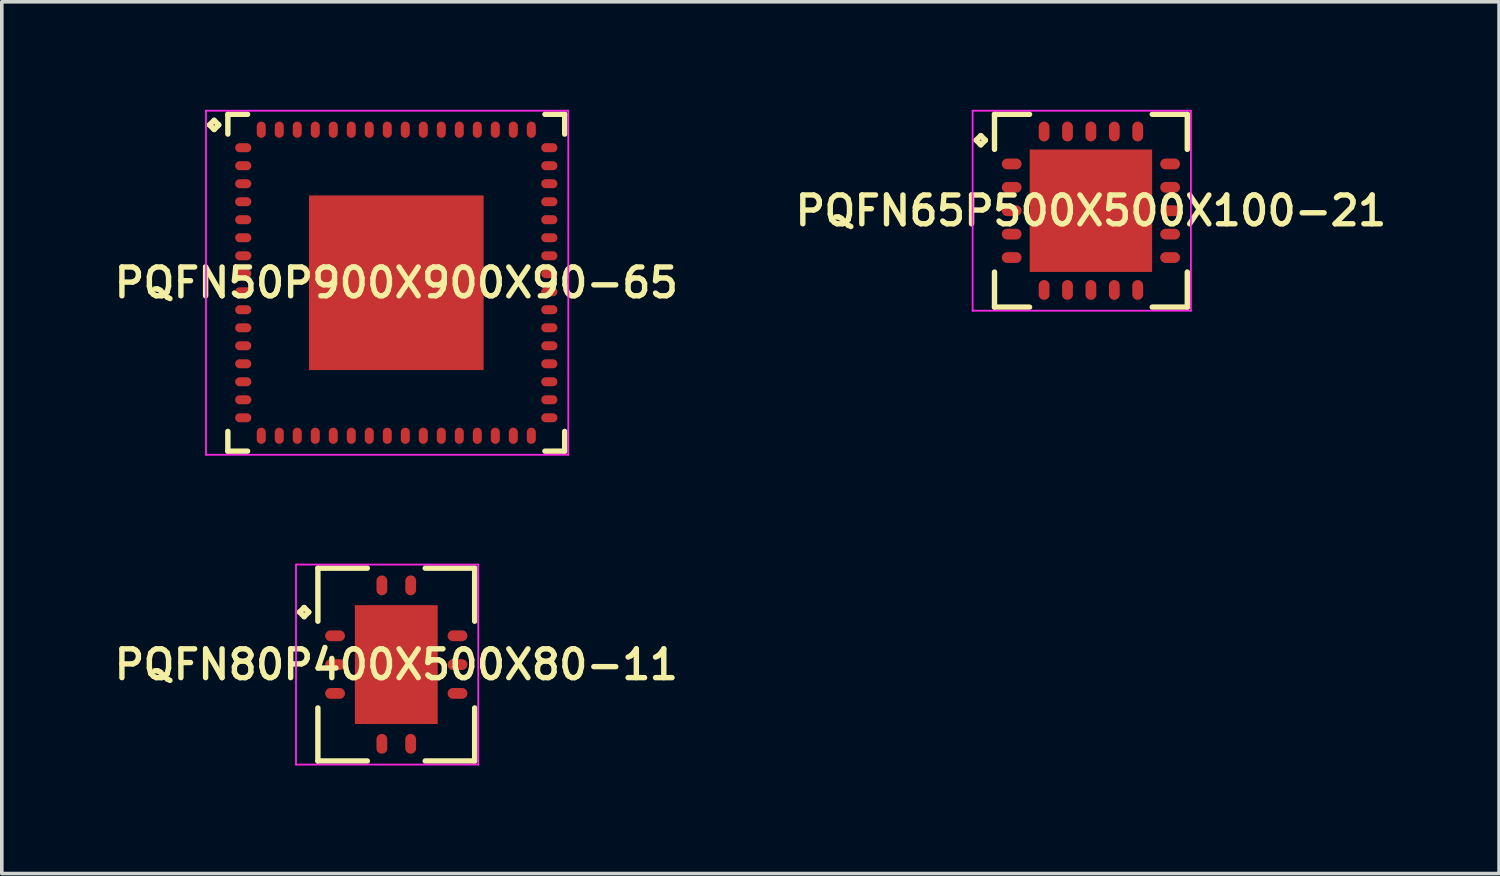
<source format=kicad_pcb>
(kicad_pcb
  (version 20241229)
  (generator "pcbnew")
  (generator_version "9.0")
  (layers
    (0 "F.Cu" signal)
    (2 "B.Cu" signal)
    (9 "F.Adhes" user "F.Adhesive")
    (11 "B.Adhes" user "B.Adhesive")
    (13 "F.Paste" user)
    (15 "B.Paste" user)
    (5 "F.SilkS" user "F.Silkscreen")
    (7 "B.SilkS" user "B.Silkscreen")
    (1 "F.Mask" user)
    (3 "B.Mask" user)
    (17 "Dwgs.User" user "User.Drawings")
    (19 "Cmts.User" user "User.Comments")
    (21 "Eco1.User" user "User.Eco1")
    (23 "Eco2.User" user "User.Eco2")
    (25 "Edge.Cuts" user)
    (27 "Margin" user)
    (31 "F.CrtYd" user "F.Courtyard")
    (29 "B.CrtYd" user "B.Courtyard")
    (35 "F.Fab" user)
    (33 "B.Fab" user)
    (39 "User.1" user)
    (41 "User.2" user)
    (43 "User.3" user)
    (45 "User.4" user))
  (footprint "PQFN50P900X900X90-65"
    (layer "F.Cu")
    (at 7.955 4.802)
    (property "Reference" "PQFN50P900X900X90-65" (at 0 0 0) (layer "F.SilkS") (effects (font (size 0.8 0.8) (thickness 0.15))))
    (attr smd)
    (fp_line (start -5.185 -4.383) (end -5.058 -4.51) (stroke (width 0.15) (type solid)) (layer "F.SilkS"))
    (fp_line (start -5.058 -4.51) (end -4.931 -4.383) (stroke (width 0.15) (type solid)) (layer "F.SilkS"))
    (fp_line (start -5.058 -4.256) (end -5.185 -4.383) (stroke (width 0.15) (type solid)) (layer "F.SilkS"))
    (fp_line (start -4.931 -4.383) (end -5.058 -4.256) (stroke (width 0.15) (type solid)) (layer "F.SilkS"))
    (fp_line (start -4.677 -4.677) (end -4.129 -4.677) (stroke (width 0.15) (type solid)) (layer "F.SilkS"))
    (fp_line (start -4.677 -4.129) (end -4.677 -4.677) (stroke (width 0.15) (type solid)) (layer "F.SilkS"))
    (fp_line (start -4.677 4.129) (end -4.677 4.677) (stroke (width 0.15) (type solid)) (layer "F.SilkS"))
    (fp_line (start -4.677 4.677) (end -4.129 4.677) (stroke (width 0.15) (type solid)) (layer "F.SilkS"))
    (fp_line (start 4.129 -4.677) (end 4.677 -4.677) (stroke (width 0.15) (type solid)) (layer "F.SilkS"))
    (fp_line (start 4.129 4.677) (end 4.677 4.677) (stroke (width 0.15) (type solid)) (layer "F.SilkS"))
    (fp_line (start 4.677 -4.677) (end 4.677 -4.129) (stroke (width 0.15) (type solid)) (layer "F.SilkS"))
    (fp_line (start 4.677 4.677) (end 4.677 4.129) (stroke (width 0.15) (type solid)) (layer "F.SilkS"))
    (fp_line (start -5.285 -4.777) (end 4.777 -4.777) (stroke (width 0.05) (type solid)) (layer "F.CrtYd"))
    (fp_line (start -5.285 4.777) (end -5.285 -4.777) (stroke (width 0.05) (type solid)) (layer "F.CrtYd"))
    (fp_line (start 4.777 -4.777) (end 4.777 4.777) (stroke (width 0.05) (type solid)) (layer "F.CrtYd"))
    (fp_line (start 4.777 4.777) (end -5.285 4.777) (stroke (width 0.05) (type solid)) (layer "F.CrtYd"))
    (pad "1" smd oval (at -4.25 -3.75) (size 0.45 0.25) (layers "F.Cu" "F.Mask" "F.Paste"))
    (pad "2" smd oval (at -4.25 -3.25) (size 0.45 0.25) (layers "F.Cu" "F.Mask" "F.Paste"))
    (pad "3" smd oval (at -4.25 -2.75) (size 0.45 0.25) (layers "F.Cu" "F.Mask" "F.Paste"))
    (pad "4" smd oval (at -4.25 -2.25) (size 0.45 0.25) (layers "F.Cu" "F.Mask" "F.Paste"))
    (pad "5" smd oval (at -4.25 -1.75) (size 0.45 0.25) (layers "F.Cu" "F.Mask" "F.Paste"))
    (pad "6" smd oval (at -4.25 -1.25) (size 0.45 0.25) (layers "F.Cu" "F.Mask" "F.Paste"))
    (pad "7" smd oval (at -4.25 -0.75) (size 0.45 0.25) (layers "F.Cu" "F.Mask" "F.Paste"))
    (pad "8" smd oval (at -4.25 -0.25) (size 0.45 0.25) (layers "F.Cu" "F.Mask" "F.Paste"))
    (pad "9" smd oval (at -4.25 0.25) (size 0.45 0.25) (layers "F.Cu" "F.Mask" "F.Paste"))
    (pad "10" smd oval (at -4.25 0.75) (size 0.45 0.25) (layers "F.Cu" "F.Mask" "F.Paste"))
    (pad "11" smd oval (at -4.25 1.25) (size 0.45 0.25) (layers "F.Cu" "F.Mask" "F.Paste"))
    (pad "12" smd oval (at -4.25 1.75) (size 0.45 0.25) (layers "F.Cu" "F.Mask" "F.Paste"))
    (pad "13" smd oval (at -4.25 2.25) (size 0.45 0.25) (layers "F.Cu" "F.Mask" "F.Paste"))
    (pad "14" smd oval (at -4.25 2.75) (size 0.45 0.25) (layers "F.Cu" "F.Mask" "F.Paste"))
    (pad "15" smd oval (at -4.25 3.25) (size 0.45 0.25) (layers "F.Cu" "F.Mask" "F.Paste"))
    (pad "16" smd oval (at -4.25 3.75) (size 0.45 0.25) (layers "F.Cu" "F.Mask" "F.Paste"))
    (pad "17" smd oval (at -3.75 4.25) (size 0.25 0.45) (layers "F.Cu" "F.Mask" "F.Paste"))
    (pad "18" smd oval (at -3.25 4.25) (size 0.25 0.45) (layers "F.Cu" "F.Mask" "F.Paste"))
    (pad "19" smd oval (at -2.75 4.25) (size 0.25 0.45) (layers "F.Cu" "F.Mask" "F.Paste"))
    (pad "20" smd oval (at -2.25 4.25) (size 0.25 0.45) (layers "F.Cu" "F.Mask" "F.Paste"))
    (pad "21" smd oval (at -1.75 4.25) (size 0.25 0.45) (layers "F.Cu" "F.Mask" "F.Paste"))
    (pad "22" smd oval (at -1.25 4.25) (size 0.25 0.45) (layers "F.Cu" "F.Mask" "F.Paste"))
    (pad "23" smd oval (at -0.75 4.25) (size 0.25 0.45) (layers "F.Cu" "F.Mask" "F.Paste"))
    (pad "24" smd oval (at -0.25 4.25) (size 0.25 0.45) (layers "F.Cu" "F.Mask" "F.Paste"))
    (pad "25" smd oval (at 0.25 4.25) (size 0.25 0.45) (layers "F.Cu" "F.Mask" "F.Paste"))
    (pad "26" smd oval (at 0.75 4.25) (size 0.25 0.45) (layers "F.Cu" "F.Mask" "F.Paste"))
    (pad "27" smd oval (at 1.25 4.25) (size 0.25 0.45) (layers "F.Cu" "F.Mask" "F.Paste"))
    (pad "28" smd oval (at 1.75 4.25) (size 0.25 0.45) (layers "F.Cu" "F.Mask" "F.Paste"))
    (pad "29" smd oval (at 2.25 4.25) (size 0.25 0.45) (layers "F.Cu" "F.Mask" "F.Paste"))
    (pad "30" smd oval (at 2.75 4.25) (size 0.25 0.45) (layers "F.Cu" "F.Mask" "F.Paste"))
    (pad "31" smd oval (at 3.25 4.25) (size 0.25 0.45) (layers "F.Cu" "F.Mask" "F.Paste"))
    (pad "32" smd oval (at 3.75 4.25) (size 0.25 0.45) (layers "F.Cu" "F.Mask" "F.Paste"))
    (pad "33" smd oval (at 4.25 3.75) (size 0.45 0.25) (layers "F.Cu" "F.Mask" "F.Paste"))
    (pad "34" smd oval (at 4.25 3.25) (size 0.45 0.25) (layers "F.Cu" "F.Mask" "F.Paste"))
    (pad "35" smd oval (at 4.25 2.75) (size 0.45 0.25) (layers "F.Cu" "F.Mask" "F.Paste"))
    (pad "36" smd oval (at 4.25 2.25) (size 0.45 0.25) (layers "F.Cu" "F.Mask" "F.Paste"))
    (pad "37" smd oval (at 4.25 1.75) (size 0.45 0.25) (layers "F.Cu" "F.Mask" "F.Paste"))
    (pad "38" smd oval (at 4.25 1.25) (size 0.45 0.25) (layers "F.Cu" "F.Mask" "F.Paste"))
    (pad "39" smd oval (at 4.25 0.75) (size 0.45 0.25) (layers "F.Cu" "F.Mask" "F.Paste"))
    (pad "40" smd oval (at 4.25 0.25) (size 0.45 0.25) (layers "F.Cu" "F.Mask" "F.Paste"))
    (pad "41" smd oval (at 4.25 -0.25) (size 0.45 0.25) (layers "F.Cu" "F.Mask" "F.Paste"))
    (pad "42" smd oval (at 4.25 -0.75) (size 0.45 0.25) (layers "F.Cu" "F.Mask" "F.Paste"))
    (pad "43" smd oval (at 4.25 -1.25) (size 0.45 0.25) (layers "F.Cu" "F.Mask" "F.Paste"))
    (pad "44" smd oval (at 4.25 -1.75) (size 0.45 0.25) (layers "F.Cu" "F.Mask" "F.Paste"))
    (pad "45" smd oval (at 4.25 -2.25) (size 0.45 0.25) (layers "F.Cu" "F.Mask" "F.Paste"))
    (pad "46" smd oval (at 4.25 -2.75) (size 0.45 0.25) (layers "F.Cu" "F.Mask" "F.Paste"))
    (pad "47" smd oval (at 4.25 -3.25) (size 0.45 0.25) (layers "F.Cu" "F.Mask" "F.Paste"))
    (pad "48" smd oval (at 4.25 -3.75) (size 0.45 0.25) (layers "F.Cu" "F.Mask" "F.Paste"))
    (pad "49" smd oval (at 3.75 -4.25) (size 0.25 0.45) (layers "F.Cu" "F.Mask" "F.Paste"))
    (pad "50" smd oval (at 3.25 -4.25) (size 0.25 0.45) (layers "F.Cu" "F.Mask" "F.Paste"))
    (pad "51" smd oval (at 2.75 -4.25) (size 0.25 0.45) (layers "F.Cu" "F.Mask" "F.Paste"))
    (pad "52" smd oval (at 2.25 -4.25) (size 0.25 0.45) (layers "F.Cu" "F.Mask" "F.Paste"))
    (pad "53" smd oval (at 1.75 -4.25) (size 0.25 0.45) (layers "F.Cu" "F.Mask" "F.Paste"))
    (pad "54" smd oval (at 1.25 -4.25) (size 0.25 0.45) (layers "F.Cu" "F.Mask" "F.Paste"))
    (pad "55" smd oval (at 0.75 -4.25) (size 0.25 0.45) (layers "F.Cu" "F.Mask" "F.Paste"))
    (pad "56" smd oval (at 0.25 -4.25) (size 0.25 0.45) (layers "F.Cu" "F.Mask" "F.Paste"))
    (pad "57" smd oval (at -0.25 -4.25) (size 0.25 0.45) (layers "F.Cu" "F.Mask" "F.Paste"))
    (pad "58" smd oval (at -0.75 -4.25) (size 0.25 0.45) (layers "F.Cu" "F.Mask" "F.Paste"))
    (pad "59" smd oval (at -1.25 -4.25) (size 0.25 0.45) (layers "F.Cu" "F.Mask" "F.Paste"))
    (pad "60" smd oval (at -1.75 -4.25) (size 0.25 0.45) (layers "F.Cu" "F.Mask" "F.Paste"))
    (pad "61" smd oval (at -2.25 -4.25) (size 0.25 0.45) (layers "F.Cu" "F.Mask" "F.Paste"))
    (pad "62" smd oval (at -2.75 -4.25) (size 0.25 0.45) (layers "F.Cu" "F.Mask" "F.Paste"))
    (pad "63" smd oval (at -3.25 -4.25) (size 0.25 0.45) (layers "F.Cu" "F.Mask" "F.Paste"))
    (pad "64" smd oval (at -3.75 -4.25) (size 0.25 0.45) (layers "F.Cu" "F.Mask" "F.Paste"))
    (pad "65" smd rect (at 0 0) (size 4.85 4.85) (layers "F.Cu" "F.Mask" "F.Paste")))
  (footprint "PQFN80P400X500X80-11"
    (layer "F.Cu")
    (at 7.955 15.406)
    (property "Reference" "PQFN80P400X500X80-11" (at 0 0 0) (layer "F.SilkS") (effects (font (size 0.8 0.8) (thickness 0.15))))
    (attr smd)
    (fp_line (start -2.685 -1.458) (end -2.558 -1.585) (stroke (width 0.15) (type solid)) (layer "F.SilkS"))
    (fp_line (start -2.558 -1.585) (end -2.431 -1.458) (stroke (width 0.15) (type solid)) (layer "F.SilkS"))
    (fp_line (start -2.558 -1.331) (end -2.685 -1.458) (stroke (width 0.15) (type solid)) (layer "F.SilkS"))
    (fp_line (start -2.431 -1.458) (end -2.558 -1.331) (stroke (width 0.15) (type solid)) (layer "F.SilkS"))
    (fp_line (start -2.177 -2.677) (end -0.804 -2.677) (stroke (width 0.15) (type solid)) (layer "F.SilkS"))
    (fp_line (start -2.177 -1.204) (end -2.177 -2.677) (stroke (width 0.15) (type solid)) (layer "F.SilkS"))
    (fp_line (start -2.177 1.204) (end -2.177 2.677) (stroke (width 0.15) (type solid)) (layer "F.SilkS"))
    (fp_line (start -2.177 2.677) (end -0.804 2.677) (stroke (width 0.15) (type solid)) (layer "F.SilkS"))
    (fp_line (start 0.804 -2.677) (end 2.177 -2.677) (stroke (width 0.15) (type solid)) (layer "F.SilkS"))
    (fp_line (start 0.804 2.677) (end 2.177 2.677) (stroke (width 0.15) (type solid)) (layer "F.SilkS"))
    (fp_line (start 2.177 -2.677) (end 2.177 -1.204) (stroke (width 0.15) (type solid)) (layer "F.SilkS"))
    (fp_line (start 2.177 2.677) (end 2.177 1.204) (stroke (width 0.15) (type solid)) (layer "F.SilkS"))
    (fp_line (start -2.785 -2.777) (end 2.277 -2.777) (stroke (width 0.05) (type solid)) (layer "F.CrtYd"))
    (fp_line (start -2.785 2.777) (end -2.785 -2.777) (stroke (width 0.05) (type solid)) (layer "F.CrtYd"))
    (fp_line (start 2.277 -2.777) (end 2.277 2.777) (stroke (width 0.05) (type solid)) (layer "F.CrtYd"))
    (fp_line (start 2.277 2.777) (end -2.785 2.777) (stroke (width 0.05) (type solid)) (layer "F.CrtYd"))
    (pad "1" smd oval (at -1.7 -0.8) (size 0.55 0.3) (layers "F.Cu" "F.Mask" "F.Paste"))
    (pad "2" smd oval (at -1.7 0) (size 0.55 0.3) (layers "F.Cu" "F.Mask" "F.Paste"))
    (pad "3" smd oval (at -1.7 0.8) (size 0.55 0.3) (layers "F.Cu" "F.Mask" "F.Paste"))
    (pad "4" smd oval (at -0.4 2.2) (size 0.3 0.55) (layers "F.Cu" "F.Mask" "F.Paste"))
    (pad "5" smd oval (at 0.4 2.2) (size 0.3 0.55) (layers "F.Cu" "F.Mask" "F.Paste"))
    (pad "6" smd oval (at 1.7 0.8) (size 0.55 0.3) (layers "F.Cu" "F.Mask" "F.Paste"))
    (pad "7" smd oval (at 1.7 0) (size 0.55 0.3) (layers "F.Cu" "F.Mask" "F.Paste"))
    (pad "8" smd oval (at 1.7 -0.8) (size 0.55 0.3) (layers "F.Cu" "F.Mask" "F.Paste"))
    (pad "9" smd oval (at 0.4 -2.2) (size 0.3 0.55) (layers "F.Cu" "F.Mask" "F.Paste"))
    (pad "10" smd oval (at -0.4 -2.2) (size 0.3 0.55) (layers "F.Cu" "F.Mask" "F.Paste"))
    (pad "11" smd rect (at 0 0) (size 2.3 3.3) (layers "F.Cu" "F.Mask" "F.Paste")))
  (footprint "PQFN65P500X500X100-21"
    (layer "F.Cu")
    (at 27.245 2.802)
    (property "Reference" "PQFN65P500X500X100-21" (at 0 0 0) (layer "F.SilkS") (effects (font (size 0.8 0.8) (thickness 0.15))))
    (attr smd)
    (fp_line (start -3.185 -1.958) (end -3.058 -2.085) (stroke (width 0.15) (type solid)) (layer "F.SilkS"))
    (fp_line (start -3.058 -2.085) (end -2.931 -1.958) (stroke (width 0.15) (type solid)) (layer "F.SilkS"))
    (fp_line (start -3.058 -1.831) (end -3.185 -1.958) (stroke (width 0.15) (type solid)) (layer "F.SilkS"))
    (fp_line (start -2.931 -1.958) (end -3.058 -1.831) (stroke (width 0.15) (type solid)) (layer "F.SilkS"))
    (fp_line (start -2.677 -2.677) (end -1.704 -2.677) (stroke (width 0.15) (type solid)) (layer "F.SilkS"))
    (fp_line (start -2.677 -1.704) (end -2.677 -2.677) (stroke (width 0.15) (type solid)) (layer "F.SilkS"))
    (fp_line (start -2.677 1.704) (end -2.677 2.677) (stroke (width 0.15) (type solid)) (layer "F.SilkS"))
    (fp_line (start -2.677 2.677) (end -1.704 2.677) (stroke (width 0.15) (type solid)) (layer "F.SilkS"))
    (fp_line (start 1.704 -2.677) (end 2.677 -2.677) (stroke (width 0.15) (type solid)) (layer "F.SilkS"))
    (fp_line (start 1.704 2.677) (end 2.677 2.677) (stroke (width 0.15) (type solid)) (layer "F.SilkS"))
    (fp_line (start 2.677 -2.677) (end 2.677 -1.704) (stroke (width 0.15) (type solid)) (layer "F.SilkS"))
    (fp_line (start 2.677 2.677) (end 2.677 1.704) (stroke (width 0.15) (type solid)) (layer "F.SilkS"))
    (fp_line (start -3.285 -2.777) (end 2.777 -2.777) (stroke (width 0.05) (type solid)) (layer "F.CrtYd"))
    (fp_line (start -3.285 2.777) (end -3.285 -2.777) (stroke (width 0.05) (type solid)) (layer "F.CrtYd"))
    (fp_line (start 2.777 -2.777) (end 2.777 2.777) (stroke (width 0.05) (type solid)) (layer "F.CrtYd"))
    (fp_line (start 2.777 2.777) (end -3.285 2.777) (stroke (width 0.05) (type solid)) (layer "F.CrtYd"))
    (pad "1" smd oval (at -2.2 -1.3) (size 0.55 0.3) (layers "F.Cu" "F.Mask" "F.Paste"))
    (pad "2" smd oval (at -2.2 -0.65) (size 0.55 0.3) (layers "F.Cu" "F.Mask" "F.Paste"))
    (pad "3" smd oval (at -2.2 0) (size 0.55 0.3) (layers "F.Cu" "F.Mask" "F.Paste"))
    (pad "4" smd oval (at -2.2 0.65) (size 0.55 0.3) (layers "F.Cu" "F.Mask" "F.Paste"))
    (pad "5" smd oval (at -2.2 1.3) (size 0.55 0.3) (layers "F.Cu" "F.Mask" "F.Paste"))
    (pad "6" smd oval (at -1.3 2.2) (size 0.3 0.55) (layers "F.Cu" "F.Mask" "F.Paste"))
    (pad "7" smd oval (at -0.65 2.2) (size 0.3 0.55) (layers "F.Cu" "F.Mask" "F.Paste"))
    (pad "8" smd oval (at 0 2.2) (size 0.3 0.55) (layers "F.Cu" "F.Mask" "F.Paste"))
    (pad "9" smd oval (at 0.65 2.2) (size 0.3 0.55) (layers "F.Cu" "F.Mask" "F.Paste"))
    (pad "10" smd oval (at 1.3 2.2) (size 0.3 0.55) (layers "F.Cu" "F.Mask" "F.Paste"))
    (pad "11" smd oval (at 2.2 1.3) (size 0.55 0.3) (layers "F.Cu" "F.Mask" "F.Paste"))
    (pad "12" smd oval (at 2.2 0.65) (size 0.55 0.3) (layers "F.Cu" "F.Mask" "F.Paste"))
    (pad "13" smd oval (at 2.2 0) (size 0.55 0.3) (layers "F.Cu" "F.Mask" "F.Paste"))
    (pad "14" smd oval (at 2.2 -0.65) (size 0.55 0.3) (layers "F.Cu" "F.Mask" "F.Paste"))
    (pad "15" smd oval (at 2.2 -1.3) (size 0.55 0.3) (layers "F.Cu" "F.Mask" "F.Paste"))
    (pad "16" smd oval (at 1.3 -2.2) (size 0.3 0.55) (layers "F.Cu" "F.Mask" "F.Paste"))
    (pad "17" smd oval (at 0.65 -2.2) (size 0.3 0.55) (layers "F.Cu" "F.Mask" "F.Paste"))
    (pad "18" smd oval (at 0 -2.2) (size 0.3 0.55) (layers "F.Cu" "F.Mask" "F.Paste"))
    (pad "19" smd oval (at -0.65 -2.2) (size 0.3 0.55) (layers "F.Cu" "F.Mask" "F.Paste"))
    (pad "20" smd oval (at -1.3 -2.2) (size 0.3 0.55) (layers "F.Cu" "F.Mask" "F.Paste"))
    (pad "21" smd rect (at 0 0) (size 3.4 3.4) (layers "F.Cu" "F.Mask" "F.Paste")))
  (gr_rect
    (start -3 -3)
    (end 38.58 21.208)
    (stroke (width 0.1) (type default))
    (fill no)
    (layer "Edge.Cuts")))
</source>
